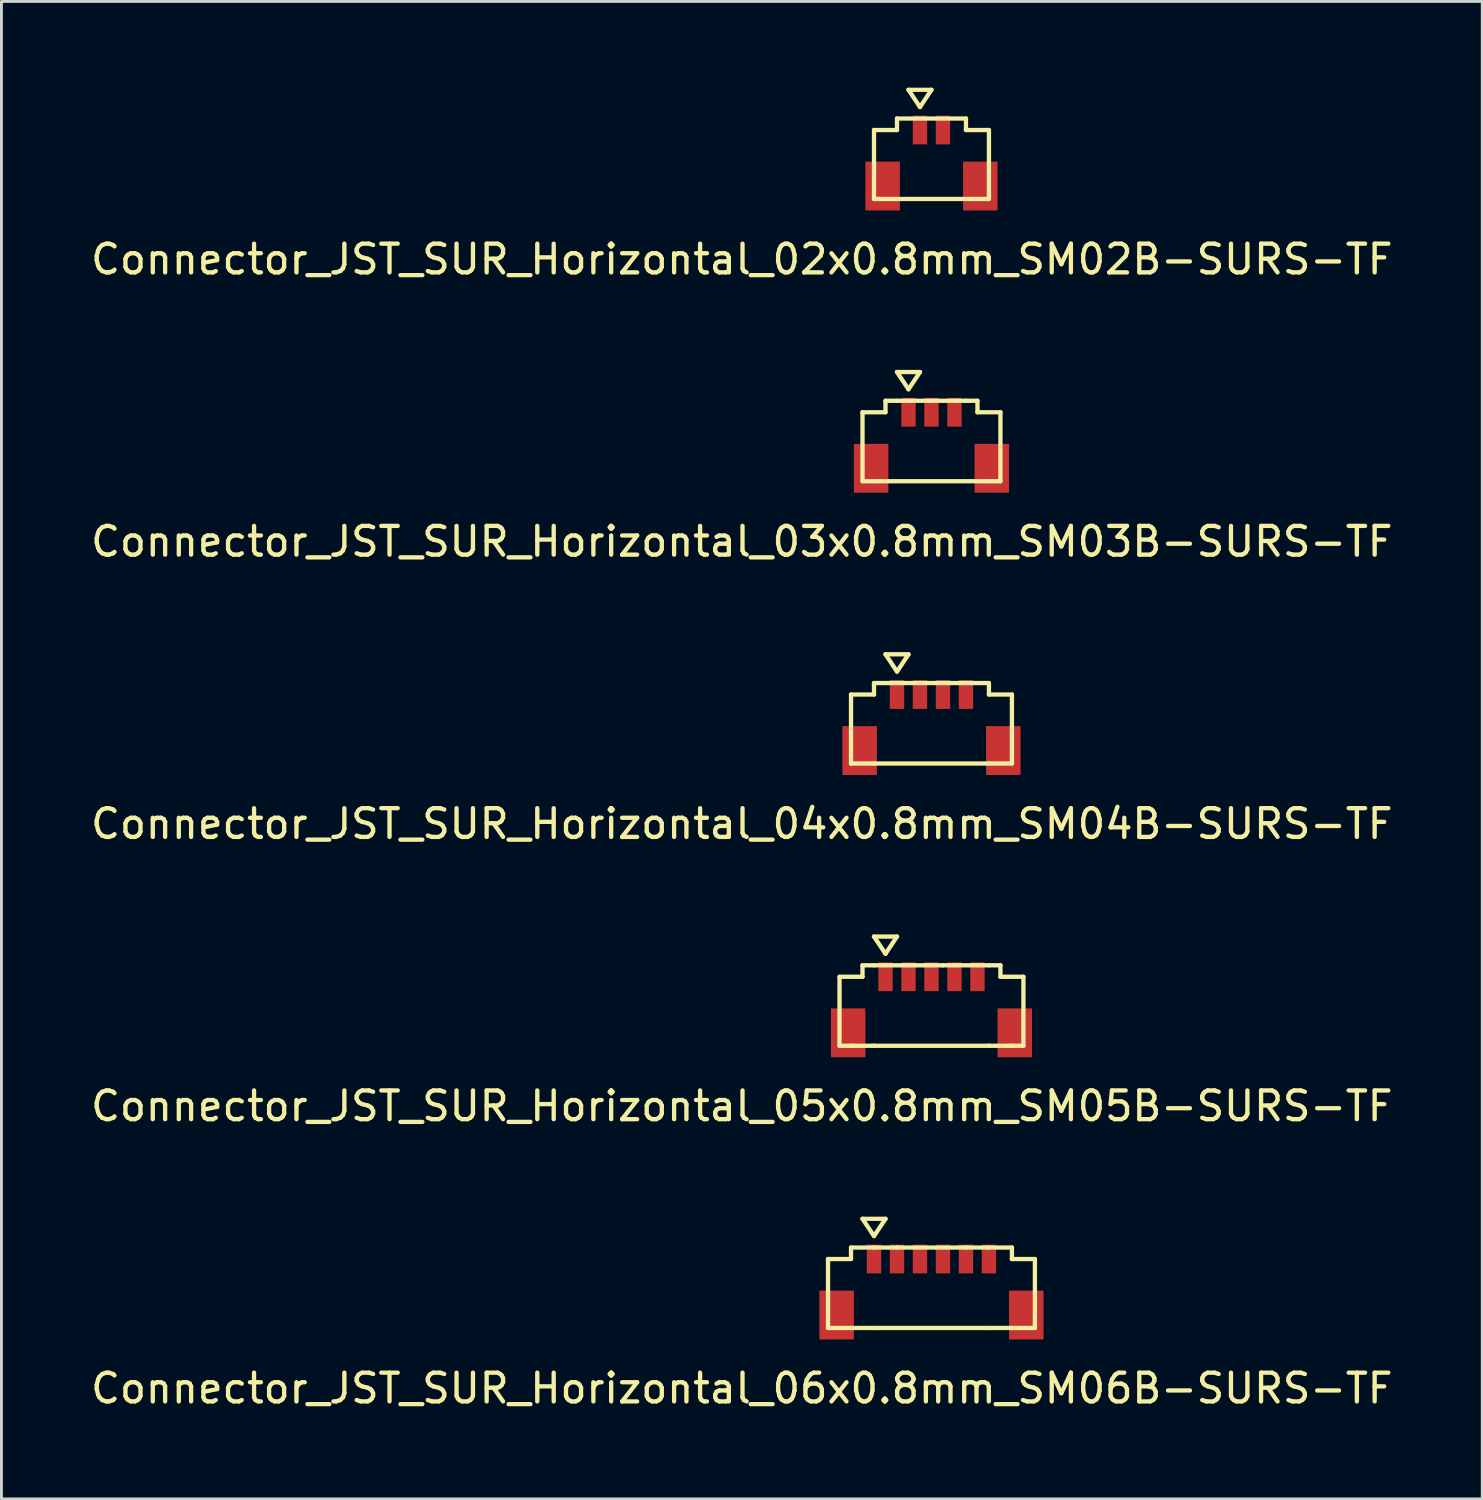
<source format=kicad_pcb>
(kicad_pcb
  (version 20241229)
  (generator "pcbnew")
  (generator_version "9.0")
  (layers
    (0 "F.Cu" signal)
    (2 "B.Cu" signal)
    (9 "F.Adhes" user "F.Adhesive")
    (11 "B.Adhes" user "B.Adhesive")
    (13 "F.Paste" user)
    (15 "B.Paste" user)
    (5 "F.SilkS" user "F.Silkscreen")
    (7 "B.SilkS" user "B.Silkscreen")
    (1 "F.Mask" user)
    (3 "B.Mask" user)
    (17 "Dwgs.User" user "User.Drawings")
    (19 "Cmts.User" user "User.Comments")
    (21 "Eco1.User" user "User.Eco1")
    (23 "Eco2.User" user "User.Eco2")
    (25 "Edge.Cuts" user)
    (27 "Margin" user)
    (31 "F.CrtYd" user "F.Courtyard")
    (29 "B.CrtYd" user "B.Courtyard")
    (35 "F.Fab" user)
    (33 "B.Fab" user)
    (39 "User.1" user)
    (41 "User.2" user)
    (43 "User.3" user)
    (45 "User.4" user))
  (footprint "Connector_JST_SUR_Horizontal_02x0.8mm_SM02B-SURS-TF"
    (layer "F.Cu")
    (at 29.368 1.475)
    (property "Reference" "Connector_JST_SUR_Horizontal_02x0.8mm_SM02B-SURS-TF" (at -6.6 4.5 0) (layer "F.SilkS") (effects (font (size 1 1) (thickness 0.15))))
    (attr smd)
    (fp_line (start -2 0) (end -1.2 0) (stroke (width 0.15) (type solid)) (layer "F.SilkS"))
    (fp_line (start -2 2.4) (end -2 0) (stroke (width 0.15) (type solid)) (layer "F.SilkS"))
    (fp_line (start -1.2 -0.4) (end 1.2 -0.4) (stroke (width 0.15) (type solid)) (layer "F.SilkS"))
    (fp_line (start -1.2 0) (end -1.2 -0.4) (stroke (width 0.15) (type solid)) (layer "F.SilkS"))
    (fp_line (start -0.8 -1.4) (end -0.4 -0.8) (stroke (width 0.15) (type solid)) (layer "F.SilkS"))
    (fp_line (start -0.4 -0.8) (end 0 -1.4) (stroke (width 0.15) (type solid)) (layer "F.SilkS"))
    (fp_line (start 0 -1.4) (end -0.8 -1.4) (stroke (width 0.15) (type solid)) (layer "F.SilkS"))
    (fp_line (start 1.2 -0.4) (end 1.2 0) (stroke (width 0.15) (type solid)) (layer "F.SilkS"))
    (fp_line (start 1.2 0) (end 2 0) (stroke (width 0.15) (type solid)) (layer "F.SilkS"))
    (fp_line (start 2 0) (end 2 2.4) (stroke (width 0.15) (type solid)) (layer "F.SilkS"))
    (fp_line (start 2 2.4) (end -2 2.4) (stroke (width 0.15) (type solid)) (layer "F.SilkS"))
    (pad "" smd rect (at -1.7 1.95) (size 1.2 1.7) (layers "F.Cu" "F.Mask" "F.Paste"))
    (pad "" smd rect (at 1.7 1.95) (size 1.2 1.7) (layers "F.Cu" "F.Mask" "F.Paste"))
    (pad "1" smd rect (at -0.4 0) (size 0.5 1) (layers "F.Cu" "F.Mask" "F.Paste"))
    (pad "2" smd rect (at 0.4 0) (size 0.5 1) (layers "F.Cu" "F.Mask" "F.Paste")))
  (footprint "Connector_JST_SUR_Horizontal_06x0.8mm_SM06B-SURS-TF"
    (layer "F.Cu")
    (at 29.368 40.768)
    (property "Reference" "Connector_JST_SUR_Horizontal_06x0.8mm_SM06B-SURS-TF" (at -6.6 4.5 0) (layer "F.SilkS") (effects (font (size 1 1) (thickness 0.15))))
    (attr smd)
    (fp_line (start -3.6 0) (end -2.8 0) (stroke (width 0.15) (type solid)) (layer "F.SilkS"))
    (fp_line (start -3.6 2.4) (end -3.6 0) (stroke (width 0.15) (type solid)) (layer "F.SilkS"))
    (fp_line (start -2.8 -0.4) (end -2 -0.4) (stroke (width 0.15) (type solid)) (layer "F.SilkS"))
    (fp_line (start -2.8 0) (end -2.8 -0.4) (stroke (width 0.15) (type solid)) (layer "F.SilkS"))
    (fp_line (start -2.8 2.4) (end -3.6 2.4) (stroke (width 0.15) (type solid)) (layer "F.SilkS"))
    (fp_line (start -2.4 -1.4) (end -2 -0.8) (stroke (width 0.15) (type solid)) (layer "F.SilkS"))
    (fp_line (start -2 -0.8) (end -1.6 -1.4) (stroke (width 0.15) (type solid)) (layer "F.SilkS"))
    (fp_line (start -2 -0.4) (end -1.2 -0.4) (stroke (width 0.15) (type solid)) (layer "F.SilkS"))
    (fp_line (start -2 2.4) (end -2.8 2.4) (stroke (width 0.15) (type solid)) (layer "F.SilkS"))
    (fp_line (start -1.6 -1.4) (end -2.4 -1.4) (stroke (width 0.15) (type solid)) (layer "F.SilkS"))
    (fp_line (start -1.2 -0.4) (end 1.2 -0.4) (stroke (width 0.15) (type solid)) (layer "F.SilkS"))
    (fp_line (start 2 -0.4) (end 1.2 -0.4) (stroke (width 0.15) (type solid)) (layer "F.SilkS"))
    (fp_line (start 2 2.4) (end -2 2.4) (stroke (width 0.15) (type solid)) (layer "F.SilkS"))
    (fp_line (start 2.8 -0.4) (end 2 -0.4) (stroke (width 0.15) (type solid)) (layer "F.SilkS"))
    (fp_line (start 2.8 -0.4) (end 2.8 0) (stroke (width 0.15) (type solid)) (layer "F.SilkS"))
    (fp_line (start 2.8 0) (end 3.6 0) (stroke (width 0.15) (type solid)) (layer "F.SilkS"))
    (fp_line (start 2.8 2.4) (end 2 2.4) (stroke (width 0.15) (type solid)) (layer "F.SilkS"))
    (fp_line (start 3.6 0) (end 3.6 2.4) (stroke (width 0.15) (type solid)) (layer "F.SilkS"))
    (fp_line (start 3.6 2.4) (end 2.8 2.4) (stroke (width 0.15) (type solid)) (layer "F.SilkS"))
    (pad "" smd rect (at -3.3 1.95) (size 1.2 1.7) (layers "F.Cu" "F.Mask" "F.Paste"))
    (pad "" smd rect (at 3.3 1.95) (size 1.2 1.7) (layers "F.Cu" "F.Mask" "F.Paste"))
    (pad "1" smd rect (at -2 0) (size 0.5 1) (layers "F.Cu" "F.Mask" "F.Paste"))
    (pad "2" smd rect (at -1.2 0) (size 0.5 1) (layers "F.Cu" "F.Mask" "F.Paste"))
    (pad "3" smd rect (at -0.4 0) (size 0.5 1) (layers "F.Cu" "F.Mask" "F.Paste"))
    (pad "4" smd rect (at 0.4 0) (size 0.5 1) (layers "F.Cu" "F.Mask" "F.Paste"))
    (pad "5" smd rect (at 1.2 0) (size 0.5 1) (layers "F.Cu" "F.Mask" "F.Paste"))
    (pad "6" smd rect (at 2 0) (size 0.5 1) (layers "F.Cu" "F.Mask" "F.Paste")))
  (footprint "Connector_JST_SUR_Horizontal_03x0.8mm_SM03B-SURS-TF"
    (layer "F.Cu")
    (at 29.368 11.298)
    (property "Reference" "Connector_JST_SUR_Horizontal_03x0.8mm_SM03B-SURS-TF" (at -6.6 4.5 0) (layer "F.SilkS") (effects (font (size 1 1) (thickness 0.15))))
    (attr smd)
    (fp_line (start -2.4 0) (end -1.6 0) (stroke (width 0.15) (type solid)) (layer "F.SilkS"))
    (fp_line (start -2.4 2.4) (end -2.4 0) (stroke (width 0.15) (type solid)) (layer "F.SilkS"))
    (fp_line (start -2 2.4) (end -2.4 2.4) (stroke (width 0.15) (type solid)) (layer "F.SilkS"))
    (fp_line (start -1.6 0) (end -1.6 -0.4) (stroke (width 0.15) (type solid)) (layer "F.SilkS"))
    (fp_line (start -1.2 -1.4) (end -0.8 -0.8) (stroke (width 0.15) (type solid)) (layer "F.SilkS"))
    (fp_line (start -1.2 -0.4) (end -1.6 -0.4) (stroke (width 0.15) (type solid)) (layer "F.SilkS"))
    (fp_line (start -1.2 -0.4) (end 1.2 -0.4) (stroke (width 0.15) (type solid)) (layer "F.SilkS"))
    (fp_line (start -0.8 -0.8) (end -0.4 -1.4) (stroke (width 0.15) (type solid)) (layer "F.SilkS"))
    (fp_line (start -0.4 -1.4) (end -1.2 -1.4) (stroke (width 0.15) (type solid)) (layer "F.SilkS"))
    (fp_line (start 1.6 -0.4) (end 1.2 -0.4) (stroke (width 0.15) (type solid)) (layer "F.SilkS"))
    (fp_line (start 1.6 -0.4) (end 1.6 0) (stroke (width 0.15) (type solid)) (layer "F.SilkS"))
    (fp_line (start 1.6 0) (end 2.4 0) (stroke (width 0.15) (type solid)) (layer "F.SilkS"))
    (fp_line (start 2 2.4) (end -2 2.4) (stroke (width 0.15) (type solid)) (layer "F.SilkS"))
    (fp_line (start 2.4 0) (end 2.4 2.4) (stroke (width 0.15) (type solid)) (layer "F.SilkS"))
    (fp_line (start 2.4 2.4) (end 2 2.4) (stroke (width 0.15) (type solid)) (layer "F.SilkS"))
    (pad "" smd rect (at -2.1 1.95) (size 1.2 1.7) (layers "F.Cu" "F.Mask" "F.Paste"))
    (pad "" smd rect (at 2.1 1.95) (size 1.2 1.7) (layers "F.Cu" "F.Mask" "F.Paste"))
    (pad "1" smd rect (at -0.8 0) (size 0.5 1) (layers "F.Cu" "F.Mask" "F.Paste"))
    (pad "2" smd rect (at 0 0) (size 0.5 1) (layers "F.Cu" "F.Mask" "F.Paste"))
    (pad "3" smd rect (at 0.8 0) (size 0.5 1) (layers "F.Cu" "F.Mask" "F.Paste")))
  (footprint "Connector_JST_SUR_Horizontal_04x0.8mm_SM04B-SURS-TF"
    (layer "F.Cu")
    (at 29.368 21.122)
    (property "Reference" "Connector_JST_SUR_Horizontal_04x0.8mm_SM04B-SURS-TF" (at -6.6 4.5 0) (layer "F.SilkS") (effects (font (size 1 1) (thickness 0.15))))
    (attr smd)
    (fp_line (start -2.8 0) (end -2 0) (stroke (width 0.15) (type solid)) (layer "F.SilkS"))
    (fp_line (start -2.8 2.4) (end -2.8 0) (stroke (width 0.15) (type solid)) (layer "F.SilkS"))
    (fp_line (start -2 -0.4) (end -1.2 -0.4) (stroke (width 0.15) (type solid)) (layer "F.SilkS"))
    (fp_line (start -2 0) (end -2 -0.4) (stroke (width 0.15) (type solid)) (layer "F.SilkS"))
    (fp_line (start -2 2.4) (end -2.8 2.4) (stroke (width 0.15) (type solid)) (layer "F.SilkS"))
    (fp_line (start -1.6 -1.4) (end -1.2 -0.8) (stroke (width 0.15) (type solid)) (layer "F.SilkS"))
    (fp_line (start -1.2 -0.8) (end -0.8 -1.4) (stroke (width 0.15) (type solid)) (layer "F.SilkS"))
    (fp_line (start -1.2 -0.4) (end 1.2 -0.4) (stroke (width 0.15) (type solid)) (layer "F.SilkS"))
    (fp_line (start -0.8 -1.4) (end -1.6 -1.4) (stroke (width 0.15) (type solid)) (layer "F.SilkS"))
    (fp_line (start 2 -0.4) (end 1.2 -0.4) (stroke (width 0.15) (type solid)) (layer "F.SilkS"))
    (fp_line (start 2 -0.4) (end 2 0) (stroke (width 0.15) (type solid)) (layer "F.SilkS"))
    (fp_line (start 2 0) (end 2.8 0) (stroke (width 0.15) (type solid)) (layer "F.SilkS"))
    (fp_line (start 2 2.4) (end -2 2.4) (stroke (width 0.15) (type solid)) (layer "F.SilkS"))
    (fp_line (start 2.8 0) (end 2.8 2.4) (stroke (width 0.15) (type solid)) (layer "F.SilkS"))
    (fp_line (start 2.8 2.4) (end 2 2.4) (stroke (width 0.15) (type solid)) (layer "F.SilkS"))
    (pad "" smd rect (at -2.5 1.95) (size 1.2 1.7) (layers "F.Cu" "F.Mask" "F.Paste"))
    (pad "" smd rect (at 2.5 1.95) (size 1.2 1.7) (layers "F.Cu" "F.Mask" "F.Paste"))
    (pad "1" smd rect (at -1.2 0) (size 0.5 1) (layers "F.Cu" "F.Mask" "F.Paste"))
    (pad "2" smd rect (at -0.4 0) (size 0.5 1) (layers "F.Cu" "F.Mask" "F.Paste"))
    (pad "3" smd rect (at 0.4 0) (size 0.5 1) (layers "F.Cu" "F.Mask" "F.Paste"))
    (pad "4" smd rect (at 1.2 0) (size 0.5 1) (layers "F.Cu" "F.Mask" "F.Paste")))
  (footprint "Connector_JST_SUR_Horizontal_05x0.8mm_SM05B-SURS-TF"
    (layer "F.Cu")
    (at 29.368 30.945)
    (property "Reference" "Connector_JST_SUR_Horizontal_05x0.8mm_SM05B-SURS-TF" (at -6.6 4.5 0) (layer "F.SilkS") (effects (font (size 1 1) (thickness 0.15))))
    (attr smd)
    (fp_line (start -3.2 0) (end -2.4 0) (stroke (width 0.15) (type solid)) (layer "F.SilkS"))
    (fp_line (start -3.2 2.4) (end -3.2 0) (stroke (width 0.15) (type solid)) (layer "F.SilkS"))
    (fp_line (start -2.8 2.4) (end -3.2 2.4) (stroke (width 0.15) (type solid)) (layer "F.SilkS"))
    (fp_line (start -2.8 2.4) (end -2 2.4) (stroke (width 0.15) (type solid)) (layer "F.SilkS"))
    (fp_line (start -2.4 0) (end -2.4 -0.4) (stroke (width 0.15) (type solid)) (layer "F.SilkS"))
    (fp_line (start -2 -1.4) (end -1.6 -0.8) (stroke (width 0.15) (type solid)) (layer "F.SilkS"))
    (fp_line (start -2 -0.4) (end -2.4 -0.4) (stroke (width 0.15) (type solid)) (layer "F.SilkS"))
    (fp_line (start -2 -0.4) (end 0.4 -0.4) (stroke (width 0.15) (type solid)) (layer "F.SilkS"))
    (fp_line (start -1.6 -0.8) (end -1.2 -1.4) (stroke (width 0.15) (type solid)) (layer "F.SilkS"))
    (fp_line (start -1.2 -1.4) (end -2 -1.4) (stroke (width 0.15) (type solid)) (layer "F.SilkS"))
    (fp_line (start 2 -0.4) (end 0.4 -0.4) (stroke (width 0.15) (type solid)) (layer "F.SilkS"))
    (fp_line (start 2 2.4) (end -2 2.4) (stroke (width 0.15) (type solid)) (layer "F.SilkS"))
    (fp_line (start 2 2.4) (end 2.8 2.4) (stroke (width 0.15) (type solid)) (layer "F.SilkS"))
    (fp_line (start 2.4 -0.4) (end 2 -0.4) (stroke (width 0.15) (type solid)) (layer "F.SilkS"))
    (fp_line (start 2.4 -0.4) (end 2.4 0) (stroke (width 0.15) (type solid)) (layer "F.SilkS"))
    (fp_line (start 2.4 0) (end 3.2 0) (stroke (width 0.15) (type solid)) (layer "F.SilkS"))
    (fp_line (start 3.2 0) (end 3.2 2.4) (stroke (width 0.15) (type solid)) (layer "F.SilkS"))
    (fp_line (start 3.2 2.4) (end 2.8 2.4) (stroke (width 0.15) (type solid)) (layer "F.SilkS"))
    (pad "" smd rect (at -2.9 1.95) (size 1.2 1.7) (layers "F.Cu" "F.Mask" "F.Paste"))
    (pad "" smd rect (at 2.9 1.95) (size 1.2 1.7) (layers "F.Cu" "F.Mask" "F.Paste"))
    (pad "1" smd rect (at -1.6 0) (size 0.5 1) (layers "F.Cu" "F.Mask" "F.Paste"))
    (pad "2" smd rect (at -0.8 0) (size 0.5 1) (layers "F.Cu" "F.Mask" "F.Paste"))
    (pad "3" smd rect (at 0 0) (size 0.5 1) (layers "F.Cu" "F.Mask" "F.Paste"))
    (pad "4" smd rect (at 0.8 0) (size 0.5 1) (layers "F.Cu" "F.Mask" "F.Paste"))
    (pad "5" smd rect (at 1.6 0) (size 0.5 1) (layers "F.Cu" "F.Mask" "F.Paste")))
  (gr_rect
    (start -3 -3)
    (end 48.536 49.116)
    (stroke (width 0.1) (type default))
    (fill no)
    (layer "Edge.Cuts")))
</source>
